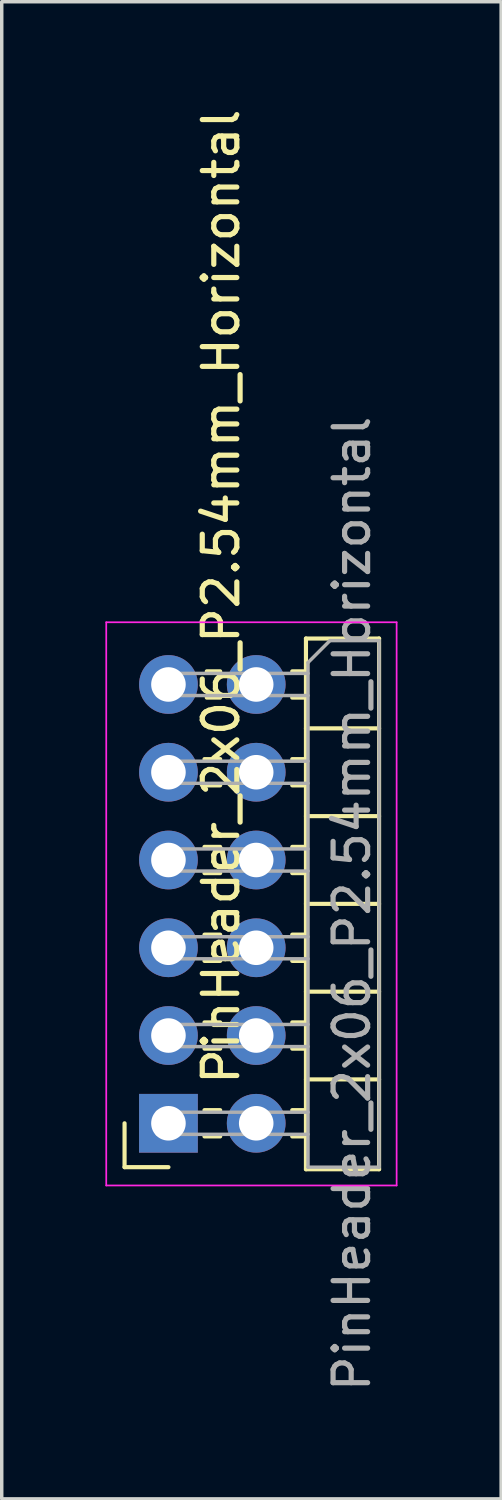
<source format=kicad_pcb>
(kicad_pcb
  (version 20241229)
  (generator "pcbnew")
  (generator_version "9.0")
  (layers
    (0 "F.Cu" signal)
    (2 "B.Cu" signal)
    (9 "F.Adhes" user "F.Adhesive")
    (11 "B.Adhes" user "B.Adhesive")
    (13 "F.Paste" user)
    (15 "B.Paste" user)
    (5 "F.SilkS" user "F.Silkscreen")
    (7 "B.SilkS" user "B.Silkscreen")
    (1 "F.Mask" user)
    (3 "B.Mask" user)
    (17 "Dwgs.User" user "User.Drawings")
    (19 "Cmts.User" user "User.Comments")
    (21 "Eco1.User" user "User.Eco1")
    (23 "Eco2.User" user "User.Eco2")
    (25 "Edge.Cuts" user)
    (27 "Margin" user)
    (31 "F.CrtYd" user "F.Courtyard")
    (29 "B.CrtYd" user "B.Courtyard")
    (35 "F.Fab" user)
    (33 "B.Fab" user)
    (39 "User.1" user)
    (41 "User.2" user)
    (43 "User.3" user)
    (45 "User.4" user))
  (footprint "PinHeader_2x06_P2.54mm_Horizontal"
    (layer "F.Cu")
    (at 1.825 29.46)
    (property "Reference" "PinHeader_2x06_P2.54mm_Horizontal" (at 1.524 -15.24 270) (layer "F.SilkS") (effects (font (size 1 1) (thickness 0.15))))
    (attr through_hole)
    (fp_line (start -1.27 1.27) (end -1.27 0) (stroke (width 0.12) (type solid)) (layer "F.SilkS"))
    (fp_line (start -1.27 1.27) (end 0 1.27) (stroke (width 0.12) (type solid)) (layer "F.SilkS"))
    (fp_line (start 1.043 -10.54) (end 1.497 -10.54) (stroke (width 0.12) (type solid)) (layer "F.SilkS"))
    (fp_line (start 1.043 -9.78) (end 1.497 -9.78) (stroke (width 0.12) (type solid)) (layer "F.SilkS"))
    (fp_line (start 1.043 -8) (end 1.497 -8) (stroke (width 0.12) (type solid)) (layer "F.SilkS"))
    (fp_line (start 1.043 -7.24) (end 1.497 -7.24) (stroke (width 0.12) (type solid)) (layer "F.SilkS"))
    (fp_line (start 1.043 -5.46) (end 1.497 -5.46) (stroke (width 0.12) (type solid)) (layer "F.SilkS"))
    (fp_line (start 1.043 -4.7) (end 1.497 -4.7) (stroke (width 0.12) (type solid)) (layer "F.SilkS"))
    (fp_line (start 1.043 -2.92) (end 1.497 -2.92) (stroke (width 0.12) (type solid)) (layer "F.SilkS"))
    (fp_line (start 1.043 -2.16) (end 1.497 -2.16) (stroke (width 0.12) (type solid)) (layer "F.SilkS"))
    (fp_line (start 1.043 -0.38) (end 1.497 -0.38) (stroke (width 0.12) (type solid)) (layer "F.SilkS"))
    (fp_line (start 1.043 0.38) (end 1.497 0.38) (stroke (width 0.12) (type solid)) (layer "F.SilkS"))
    (fp_line (start 1.11 -13.08) (end 1.497 -13.08) (stroke (width 0.12) (type solid)) (layer "F.SilkS"))
    (fp_line (start 1.11 -12.32) (end 1.497 -12.32) (stroke (width 0.12) (type solid)) (layer "F.SilkS"))
    (fp_line (start 3.583 -13.08) (end 3.98 -13.08) (stroke (width 0.12) (type solid)) (layer "F.SilkS"))
    (fp_line (start 3.583 -12.32) (end 3.98 -12.32) (stroke (width 0.12) (type solid)) (layer "F.SilkS"))
    (fp_line (start 3.583 -10.54) (end 3.98 -10.54) (stroke (width 0.12) (type solid)) (layer "F.SilkS"))
    (fp_line (start 3.583 -9.78) (end 3.98 -9.78) (stroke (width 0.12) (type solid)) (layer "F.SilkS"))
    (fp_line (start 3.583 -8) (end 3.98 -8) (stroke (width 0.12) (type solid)) (layer "F.SilkS"))
    (fp_line (start 3.583 -7.24) (end 3.98 -7.24) (stroke (width 0.12) (type solid)) (layer "F.SilkS"))
    (fp_line (start 3.583 -5.46) (end 3.98 -5.46) (stroke (width 0.12) (type solid)) (layer "F.SilkS"))
    (fp_line (start 3.583 -4.7) (end 3.98 -4.7) (stroke (width 0.12) (type solid)) (layer "F.SilkS"))
    (fp_line (start 3.583 -2.92) (end 3.98 -2.92) (stroke (width 0.12) (type solid)) (layer "F.SilkS"))
    (fp_line (start 3.583 -2.16) (end 3.98 -2.16) (stroke (width 0.12) (type solid)) (layer "F.SilkS"))
    (fp_line (start 3.583 -0.38) (end 3.98 -0.38) (stroke (width 0.12) (type solid)) (layer "F.SilkS"))
    (fp_line (start 3.583 0.38) (end 3.98 0.38) (stroke (width 0.12) (type solid)) (layer "F.SilkS"))
    (fp_line (start 3.98 -14.03) (end 3.98 1.33) (stroke (width 0.12) (type solid)) (layer "F.SilkS"))
    (fp_line (start 3.98 -11.43) (end 6.096 -11.43) (stroke (width 0.12) (type solid)) (layer "F.SilkS"))
    (fp_line (start 3.98 -8.89) (end 6.096 -8.89) (stroke (width 0.12) (type solid)) (layer "F.SilkS"))
    (fp_line (start 3.98 -6.35) (end 6.096 -6.35) (stroke (width 0.12) (type solid)) (layer "F.SilkS"))
    (fp_line (start 3.98 -3.81) (end 6.096 -3.81) (stroke (width 0.12) (type solid)) (layer "F.SilkS"))
    (fp_line (start 3.98 -1.27) (end 6.096 -1.27) (stroke (width 0.12) (type solid)) (layer "F.SilkS"))
    (fp_line (start 3.98 1.33) (end 6.096 1.33) (stroke (width 0.12) (type solid)) (layer "F.SilkS"))
    (fp_line (start 6.096 -14.03) (end 3.98 -14.03) (stroke (width 0.12) (type solid)) (layer "F.SilkS"))
    (fp_line (start 6.096 1.33) (end 6.096 -14.03) (stroke (width 0.12) (type solid)) (layer "F.SilkS"))
    (fp_line (start -1.8 -14.5) (end -1.8 1.8) (stroke (width 0.05) (type solid)) (layer "F.CrtYd"))
    (fp_line (start -1.8 1.8) (end 6.604 1.8) (stroke (width 0.05) (type solid)) (layer "F.CrtYd"))
    (fp_line (start 6.604 -14.5) (end -1.8 -14.5) (stroke (width 0.05) (type solid)) (layer "F.CrtYd"))
    (fp_line (start 6.604 1.8) (end 6.604 -14.5) (stroke (width 0.05) (type solid)) (layer "F.CrtYd"))
    (fp_line (start -0.32 -13.02) (end -0.32 -12.38) (stroke (width 0.1) (type solid)) (layer "F.Fab"))
    (fp_line (start -0.32 -13.02) (end 4.04 -13.02) (stroke (width 0.1) (type solid)) (layer "F.Fab"))
    (fp_line (start -0.32 -12.38) (end 4.04 -12.38) (stroke (width 0.1) (type solid)) (layer "F.Fab"))
    (fp_line (start -0.32 -10.48) (end -0.32 -9.84) (stroke (width 0.1) (type solid)) (layer "F.Fab"))
    (fp_line (start -0.32 -10.48) (end 4.04 -10.48) (stroke (width 0.1) (type solid)) (layer "F.Fab"))
    (fp_line (start -0.32 -9.84) (end 4.04 -9.84) (stroke (width 0.1) (type solid)) (layer "F.Fab"))
    (fp_line (start -0.32 -7.94) (end -0.32 -7.3) (stroke (width 0.1) (type solid)) (layer "F.Fab"))
    (fp_line (start -0.32 -7.94) (end 4.04 -7.94) (stroke (width 0.1) (type solid)) (layer "F.Fab"))
    (fp_line (start -0.32 -7.3) (end 4.04 -7.3) (stroke (width 0.1) (type solid)) (layer "F.Fab"))
    (fp_line (start -0.32 -5.4) (end -0.32 -4.76) (stroke (width 0.1) (type solid)) (layer "F.Fab"))
    (fp_line (start -0.32 -5.4) (end 4.04 -5.4) (stroke (width 0.1) (type solid)) (layer "F.Fab"))
    (fp_line (start -0.32 -4.76) (end 4.04 -4.76) (stroke (width 0.1) (type solid)) (layer "F.Fab"))
    (fp_line (start -0.32 -2.86) (end -0.32 -2.22) (stroke (width 0.1) (type solid)) (layer "F.Fab"))
    (fp_line (start -0.32 -2.86) (end 4.04 -2.86) (stroke (width 0.1) (type solid)) (layer "F.Fab"))
    (fp_line (start -0.32 -2.22) (end 4.04 -2.22) (stroke (width 0.1) (type solid)) (layer "F.Fab"))
    (fp_line (start -0.32 -0.32) (end -0.32 0.32) (stroke (width 0.1) (type solid)) (layer "F.Fab"))
    (fp_line (start -0.32 -0.32) (end 4.04 -0.32) (stroke (width 0.1) (type solid)) (layer "F.Fab"))
    (fp_line (start -0.32 0.32) (end 4.04 0.32) (stroke (width 0.1) (type solid)) (layer "F.Fab"))
    (fp_line (start 4.04 -13.335) (end 4.675 -13.97) (stroke (width 0.1) (type solid)) (layer "F.Fab"))
    (fp_line (start 4.04 1.27) (end 4.04 -13.335) (stroke (width 0.1) (type solid)) (layer "F.Fab"))
    (fp_line (start 4.675 -13.97) (end 6.096 -13.97) (stroke (width 0.1) (type solid)) (layer "F.Fab"))
    (fp_line (start 6.096 -13.97) (end 6.096 1.27) (stroke (width 0.1) (type solid)) (layer "F.Fab"))
    (fp_line (start 6.096 1.27) (end 4.04 1.27) (stroke (width 0.1) (type solid)) (layer "F.Fab"))
    (fp_text user "${REFERENCE}" (at 5.31 -6.35 270) (layer "F.Fab") (effects (font (size 1 1) (thickness 0.15))))
    (pad "1" thru_hole rect (at 0 0) (size 1.7 1.7) (drill 1) (layers "*.Cu" "*.Mask"))
    (pad "2" thru_hole oval (at 2.54 0) (size 1.7 1.7) (drill 1) (layers "*.Cu" "*.Mask"))
    (pad "3" thru_hole oval (at 0 -2.54) (size 1.7 1.7) (drill 1) (layers "*.Cu" "*.Mask"))
    (pad "4" thru_hole oval (at 2.54 -2.54) (size 1.7 1.7) (drill 1) (layers "*.Cu" "*.Mask"))
    (pad "5" thru_hole oval (at 0 -5.08) (size 1.7 1.7) (drill 1) (layers "*.Cu" "*.Mask"))
    (pad "6" thru_hole oval (at 2.54 -5.08) (size 1.7 1.7) (drill 1) (layers "*.Cu" "*.Mask"))
    (pad "7" thru_hole oval (at 0 -7.62) (size 1.7 1.7) (drill 1) (layers "*.Cu" "*.Mask"))
    (pad "8" thru_hole oval (at 2.54 -7.62) (size 1.7 1.7) (drill 1) (layers "*.Cu" "*.Mask"))
    (pad "9" thru_hole oval (at 0 -10.16) (size 1.7 1.7) (drill 1) (layers "*.Cu" "*.Mask"))
    (pad "10" thru_hole oval (at 2.54 -10.16) (size 1.7 1.7) (drill 1) (layers "*.Cu" "*.Mask"))
    (pad "11" thru_hole oval (at 0 -12.7) (size 1.7 1.7) (drill 1) (layers "*.Cu" "*.Mask"))
    (pad "12" thru_hole oval (at 2.54 -12.7) (size 1.7 1.7) (drill 1) (layers "*.Cu" "*.Mask")))
  (gr_rect
    (start -3 -3)
    (end 11.454 40.33)
    (stroke (width 0.1) (type default))
    (fill no)
    (layer "Edge.Cuts")))
</source>
